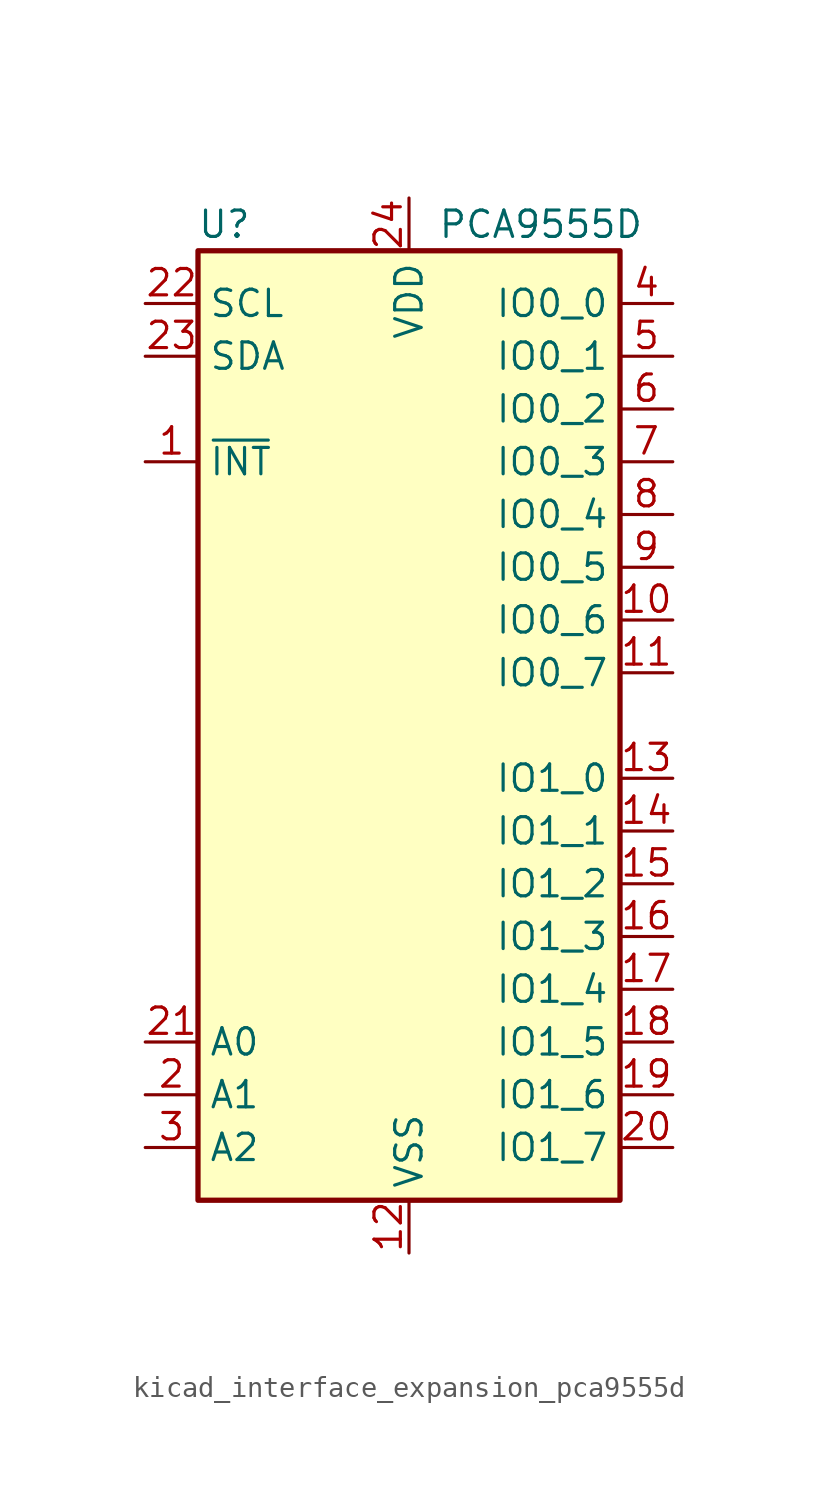
<source format=kicad_sym>
(kicad_symbol_lib
  (version 20220914)
  (generator kicad_symbol_editor)
  (symbol "kicad_interface_expansion_pca9555d"
    (property "Reference" "U"
      (at -8.89 24.13 0)
      (effects (font (size 1.27 1.27))))
    (property "Value" "PCA9555D"
      (at 6.35 24.13 0)
      (effects (font (size 1.27 1.27))))
    (symbol "kicad_interface_expansion_pca9555d_0_1"
      (rectangle (start -10.16 22.86) (end 10.16 -22.86) (stroke (width 0.254) (type default)) (fill (type background))))
    (symbol "kicad_interface_expansion_pca9555d_1_1"
      (pin open_collector line (at -12.7 12.7 0) (length 2.54) (name "~{INT}" (effects (font (size 1.27 1.27)))) (number "1" (effects (font (size 1.27 1.27)))))
      (pin bidirectional line (at 12.7 5.08 180) (length 2.54) (name "IO0_6" (effects (font (size 1.27 1.27)))) (number "10" (effects (font (size 1.27 1.27)))))
      (pin bidirectional line (at 12.7 2.54 180) (length 2.54) (name "IO0_7" (effects (font (size 1.27 1.27)))) (number "11" (effects (font (size 1.27 1.27)))))
      (pin power_in line (at 0 -25.4 90) (length 2.54) (name "VSS" (effects (font (size 1.27 1.27)))) (number "12" (effects (font (size 1.27 1.27)))))
      (pin bidirectional line (at 12.7 -2.54 180) (length 2.54) (name "IO1_0" (effects (font (size 1.27 1.27)))) (number "13" (effects (font (size 1.27 1.27)))))
      (pin bidirectional line (at 12.7 -5.08 180) (length 2.54) (name "IO1_1" (effects (font (size 1.27 1.27)))) (number "14" (effects (font (size 1.27 1.27)))))
      (pin bidirectional line (at 12.7 -7.62 180) (length 2.54) (name "IO1_2" (effects (font (size 1.27 1.27)))) (number "15" (effects (font (size 1.27 1.27)))))
      (pin bidirectional line (at 12.7 -10.16 180) (length 2.54) (name "IO1_3" (effects (font (size 1.27 1.27)))) (number "16" (effects (font (size 1.27 1.27)))))
      (pin bidirectional line (at 12.7 -12.7 180) (length 2.54) (name "IO1_4" (effects (font (size 1.27 1.27)))) (number "17" (effects (font (size 1.27 1.27)))))
      (pin bidirectional line (at 12.7 -15.24 180) (length 2.54) (name "IO1_5" (effects (font (size 1.27 1.27)))) (number "18" (effects (font (size 1.27 1.27)))))
      (pin bidirectional line (at 12.7 -17.78 180) (length 2.54) (name "IO1_6" (effects (font (size 1.27 1.27)))) (number "19" (effects (font (size 1.27 1.27)))))
      (pin input line (at -12.7 -17.78 0) (length 2.54) (name "A1" (effects (font (size 1.27 1.27)))) (number "2" (effects (font (size 1.27 1.27)))))
      (pin bidirectional line (at 12.7 -20.32 180) (length 2.54) (name "IO1_7" (effects (font (size 1.27 1.27)))) (number "20" (effects (font (size 1.27 1.27)))))
      (pin input line (at -12.7 -15.24 0) (length 2.54) (name "A0" (effects (font (size 1.27 1.27)))) (number "21" (effects (font (size 1.27 1.27)))))
      (pin input line (at -12.7 20.32 0) (length 2.54) (name "SCL" (effects (font (size 1.27 1.27)))) (number "22" (effects (font (size 1.27 1.27)))))
      (pin bidirectional line (at -12.7 17.78 0) (length 2.54) (name "SDA" (effects (font (size 1.27 1.27)))) (number "23" (effects (font (size 1.27 1.27)))))
      (pin power_in line (at 0 25.4 270) (length 2.54) (name "VDD" (effects (font (size 1.27 1.27)))) (number "24" (effects (font (size 1.27 1.27)))))
      (pin input line (at -12.7 -20.32 0) (length 2.54) (name "A2" (effects (font (size 1.27 1.27)))) (number "3" (effects (font (size 1.27 1.27)))))
      (pin bidirectional line (at 12.7 20.32 180) (length 2.54) (name "IO0_0" (effects (font (size 1.27 1.27)))) (number "4" (effects (font (size 1.27 1.27)))))
      (pin bidirectional line (at 12.7 17.78 180) (length 2.54) (name "IO0_1" (effects (font (size 1.27 1.27)))) (number "5" (effects (font (size 1.27 1.27)))))
      (pin bidirectional line (at 12.7 15.24 180) (length 2.54) (name "IO0_2" (effects (font (size 1.27 1.27)))) (number "6" (effects (font (size 1.27 1.27)))))
      (pin bidirectional line (at 12.7 12.7 180) (length 2.54) (name "IO0_3" (effects (font (size 1.27 1.27)))) (number "7" (effects (font (size 1.27 1.27)))))
      (pin bidirectional line (at 12.7 10.16 180) (length 2.54) (name "IO0_4" (effects (font (size 1.27 1.27)))) (number "8" (effects (font (size 1.27 1.27)))))
      (pin bidirectional line (at 12.7 7.62 180) (length 2.54) (name "IO0_5" (effects (font (size 1.27 1.27)))) (number "9" (effects (font (size 1.27 1.27))))))))
</source>
